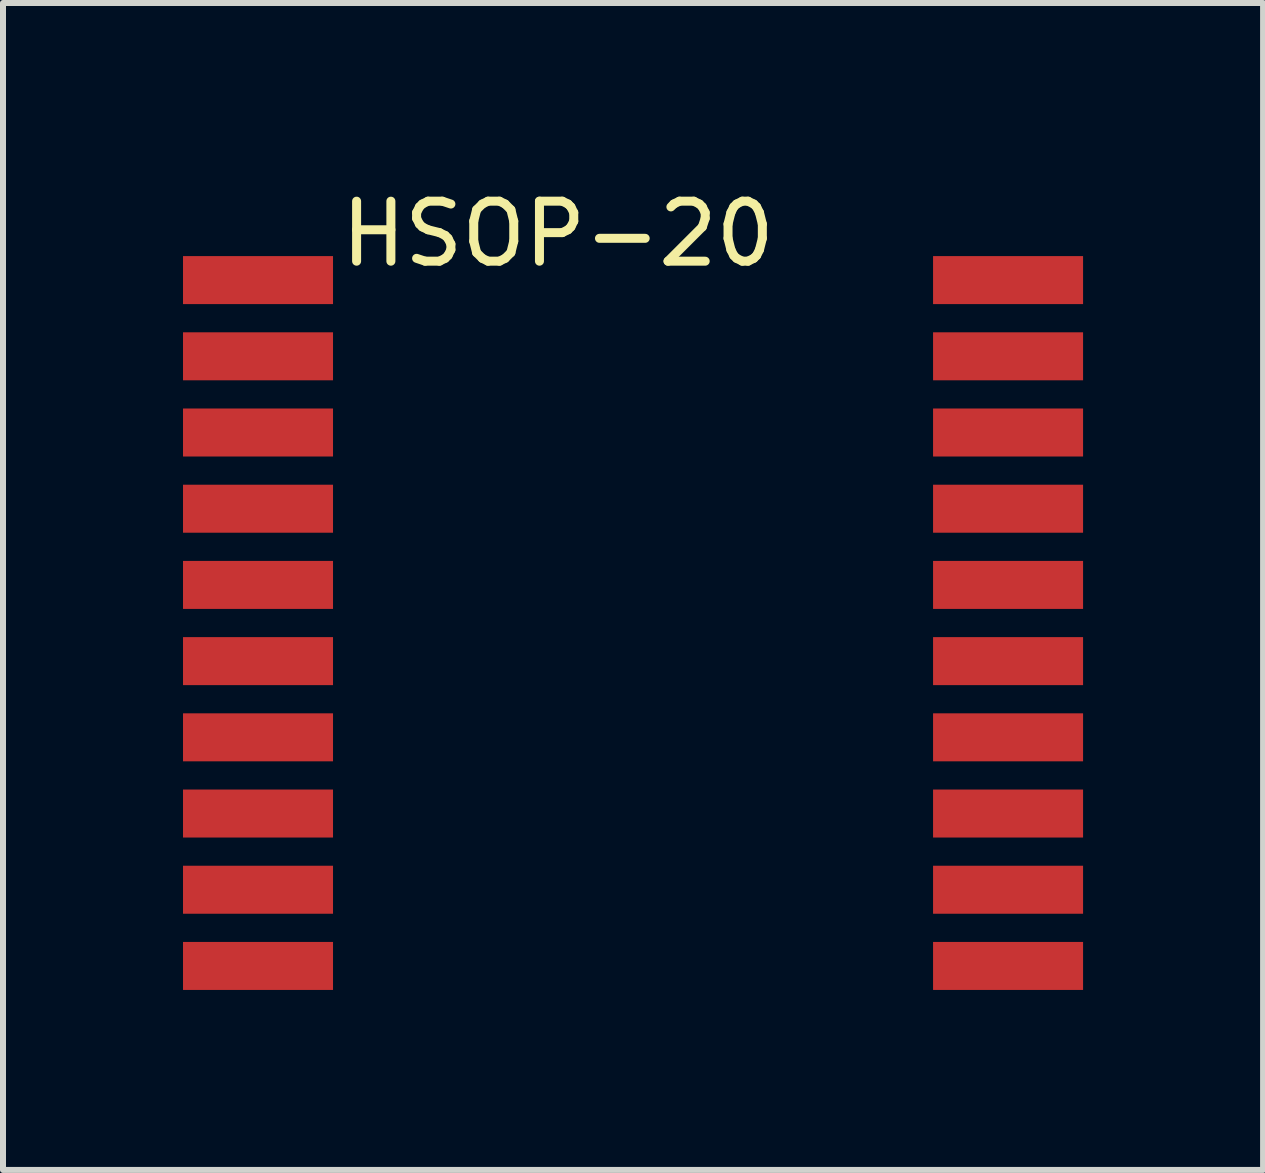
<source format=kicad_pcb>
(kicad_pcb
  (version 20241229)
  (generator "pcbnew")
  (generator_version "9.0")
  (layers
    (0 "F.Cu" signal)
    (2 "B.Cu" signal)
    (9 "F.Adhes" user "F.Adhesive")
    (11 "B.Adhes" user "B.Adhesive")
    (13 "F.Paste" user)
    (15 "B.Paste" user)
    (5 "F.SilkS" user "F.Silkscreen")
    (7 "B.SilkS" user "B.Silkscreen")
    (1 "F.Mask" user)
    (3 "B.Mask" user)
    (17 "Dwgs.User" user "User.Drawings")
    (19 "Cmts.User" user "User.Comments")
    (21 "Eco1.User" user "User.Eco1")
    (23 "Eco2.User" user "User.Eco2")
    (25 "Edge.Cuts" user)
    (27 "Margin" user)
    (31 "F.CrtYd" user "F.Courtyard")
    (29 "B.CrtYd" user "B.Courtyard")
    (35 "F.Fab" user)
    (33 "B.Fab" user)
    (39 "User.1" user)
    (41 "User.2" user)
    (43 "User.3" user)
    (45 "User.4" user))
  (footprint "HSOP-20"
    (layer "F.Cu")
    (at 6.25 0.348)
    (property "Reference" "HSOP-20" (at 0 0.5 0) (layer "F.SilkS") (effects (font (size 1 1) (thickness 0.15))))
    (attr through_hole)
    (pad "1" smd rect (at -5 1.27) (size 2.5 0.8) (layers "F.Cu" "F.Mask" "F.Paste"))
    (pad "2" smd rect (at -5 2.54) (size 2.5 0.8) (layers "F.Cu" "F.Mask" "F.Paste"))
    (pad "3" smd rect (at -5 3.81) (size 2.5 0.8) (layers "F.Cu" "F.Mask" "F.Paste"))
    (pad "4" smd rect (at -5 5.08) (size 2.5 0.8) (layers "F.Cu" "F.Mask" "F.Paste"))
    (pad "5" smd rect (at -5 6.35) (size 2.5 0.8) (layers "F.Cu" "F.Mask" "F.Paste"))
    (pad "6" smd rect (at -5 7.62) (size 2.5 0.8) (layers "F.Cu" "F.Mask" "F.Paste"))
    (pad "7" smd rect (at -5 8.89) (size 2.5 0.8) (layers "F.Cu" "F.Mask" "F.Paste"))
    (pad "8" smd rect (at -5 10.16) (size 2.5 0.8) (layers "F.Cu" "F.Mask" "F.Paste"))
    (pad "9" smd rect (at -5 11.43) (size 2.5 0.8) (layers "F.Cu" "F.Mask" "F.Paste"))
    (pad "10" smd rect (at -5 12.7) (size 2.5 0.8) (layers "F.Cu" "F.Mask" "F.Paste"))
    (pad "11" smd rect (at 7.5 12.7) (size 2.5 0.8) (layers "F.Cu" "F.Mask" "F.Paste"))
    (pad "12" smd rect (at 7.5 11.43) (size 2.5 0.8) (layers "F.Cu" "F.Mask" "F.Paste"))
    (pad "13" smd rect (at 7.5 10.16) (size 2.5 0.8) (layers "F.Cu" "F.Mask" "F.Paste"))
    (pad "14" smd rect (at 7.5 8.89) (size 2.5 0.8) (layers "F.Cu" "F.Mask" "F.Paste"))
    (pad "15" smd rect (at 7.5 7.62) (size 2.5 0.8) (layers "F.Cu" "F.Mask" "F.Paste"))
    (pad "16" smd rect (at 7.5 6.35) (size 2.5 0.8) (layers "F.Cu" "F.Mask" "F.Paste"))
    (pad "17" smd rect (at 7.5 5.08) (size 2.5 0.8) (layers "F.Cu" "F.Mask" "F.Paste"))
    (pad "18" smd rect (at 7.5 3.81) (size 2.5 0.8) (layers "F.Cu" "F.Mask" "F.Paste"))
    (pad "19" smd rect (at 7.5 2.54) (size 2.5 0.8) (layers "F.Cu" "F.Mask" "F.Paste"))
    (pad "20" smd rect (at 7.5 1.27) (size 2.5 0.8) (layers "F.Cu" "F.Mask" "F.Paste")))
  (gr_rect
    (start -3 -3)
    (end 18 16.448)
    (stroke (width 0.1) (type default))
    (fill no)
    (layer "Edge.Cuts")))
</source>
